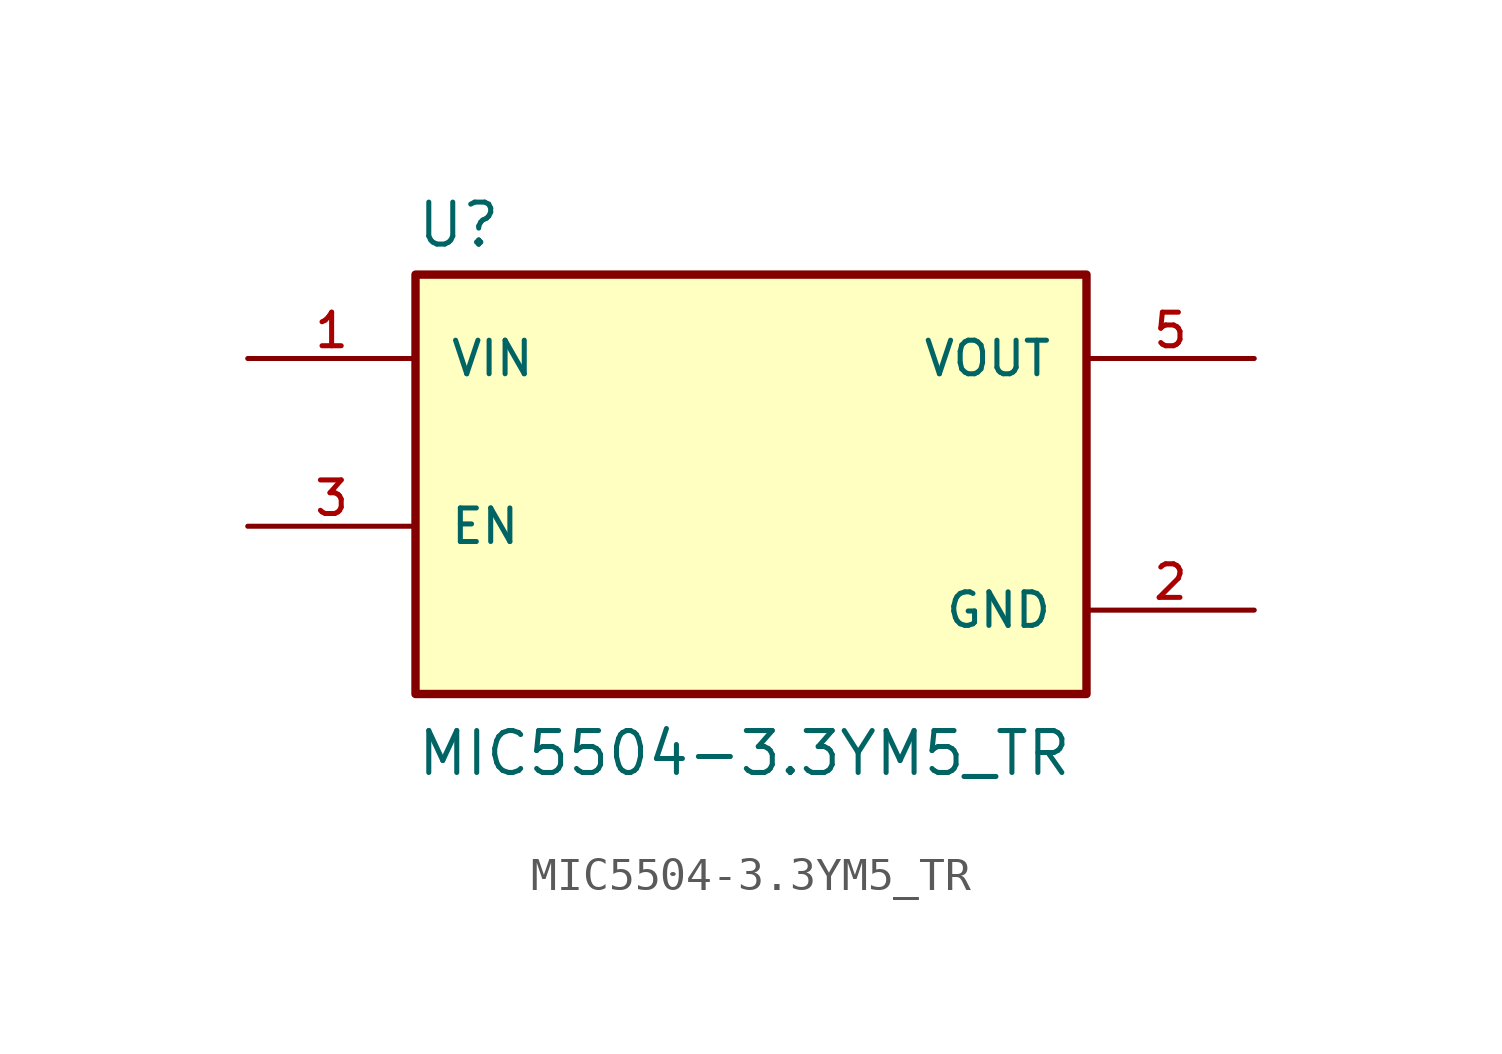
<source format=kicad_sym>
(kicad_symbol_lib
  (version 20211014)
  (generator kicad_symbol_editor)
  (symbol "MIC5504-3.3YM5_TR"
    (pin_names
      (offset 1.016))
    (property "Reference" "U"
      (at -10.16 8.382 0)
      (effects (font (size 1.27 1.27)) (justify bottom left)))
    (property "Value" "MIC5504-3.3YM5_TR"
      (at -10.16 -7.62 0)
      (effects (font (size 1.27 1.27)) (justify bottom left)))
    (symbol "MIC5504-3.3YM5_TR_0_0"
      (rectangle (start -10.16 -5.08) (end 10.16 7.62) (stroke (width 0.254)) (fill (type background)))
      (pin input line (at -15.24 0.0 0) (length 5.08) (name "EN" (effects (font (size 1.016 1.016)))) (number "3" (effects (font (size 1.016 1.016)))))
      (pin input line (at -15.24 5.08 0) (length 5.08) (name "VIN" (effects (font (size 1.016 1.016)))) (number "1" (effects (font (size 1.016 1.016)))))
      (pin power_in line (at 15.24 -2.54 180.0) (length 5.08) (name "GND" (effects (font (size 1.016 1.016)))) (number "2" (effects (font (size 1.016 1.016)))))
      (pin output line (at 15.24 5.08 180.0) (length 5.08) (name "VOUT" (effects (font (size 1.016 1.016)))) (number "5" (effects (font (size 1.016 1.016))))))))
</source>
